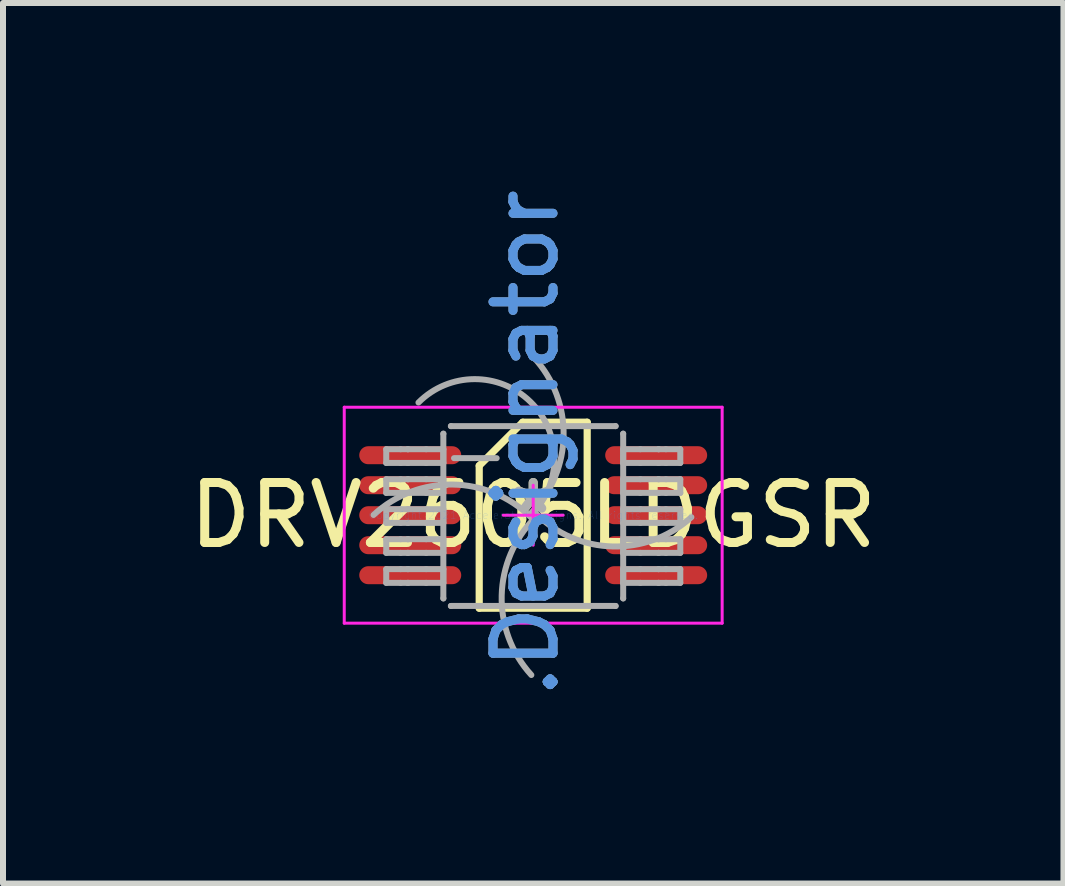
<source format=kicad_pcb>
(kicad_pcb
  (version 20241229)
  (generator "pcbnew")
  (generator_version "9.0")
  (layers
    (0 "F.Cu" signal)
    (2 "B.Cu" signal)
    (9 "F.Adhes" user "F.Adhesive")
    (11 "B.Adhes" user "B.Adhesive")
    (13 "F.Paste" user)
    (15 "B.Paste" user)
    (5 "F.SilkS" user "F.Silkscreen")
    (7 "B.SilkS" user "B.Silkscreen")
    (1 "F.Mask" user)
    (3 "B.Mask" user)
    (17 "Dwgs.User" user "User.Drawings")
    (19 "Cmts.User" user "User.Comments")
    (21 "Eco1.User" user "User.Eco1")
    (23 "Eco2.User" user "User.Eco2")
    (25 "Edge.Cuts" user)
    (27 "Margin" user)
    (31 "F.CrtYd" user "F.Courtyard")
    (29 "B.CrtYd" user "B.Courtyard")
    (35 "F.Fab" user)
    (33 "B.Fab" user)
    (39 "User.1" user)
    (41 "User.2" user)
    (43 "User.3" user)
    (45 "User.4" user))
  (footprint "DRV2605LDGSR"
    (layer "F.Cu")
    (at 5.839 5.539)
    (property "Reference" "DRV2605LDGSR" (at 0 0 0) (layer "F.SilkS") (effects (font (size 1 1) (thickness 0.15))))
    (attr through_hole)
    (fp_line (start -0.9 -0.825) (end -0.175 -1.55) (stroke (width 0.12) (type solid)) (layer "F.SilkS"))
    (fp_line (start -0.9 1.55) (end -0.9 -0.825) (stroke (width 0.12) (type solid)) (layer "F.SilkS"))
    (fp_line (start -0.9 1.55) (end 0.9 1.55) (stroke (width 0.12) (type solid)) (layer "F.SilkS"))
    (fp_line (start -0.175 -1.55) (end 0.9 -1.55) (stroke (width 0.12) (type solid)) (layer "F.SilkS"))
    (fp_line (start 0.9 1.55) (end 0.9 -1.55) (stroke (width 0.12) (type solid)) (layer "F.SilkS"))
    (fp_line (start -3.15 -1.8) (end 3.15 -1.8) (stroke (width 0.05) (type solid)) (layer "F.CrtYd"))
    (fp_line (start -3.15 1.8) (end -3.15 -1.8) (stroke (width 0.05) (type solid)) (layer "F.CrtYd"))
    (fp_line (start -3.15 1.8) (end 3.15 1.8) (stroke (width 0.05) (type solid)) (layer "F.CrtYd"))
    (fp_line (start -0.5 0) (end 0.5 0) (stroke (width 0.05) (type solid)) (layer "F.CrtYd"))
    (fp_line (start 0.000003 0.5) (end 0.000003 -0.5) (stroke (width 0.05) (type solid)) (layer "F.CrtYd"))
    (fp_line (start 3.15 1.8) (end 3.15 -1.8) (stroke (width 0.05) (type solid)) (layer "F.CrtYd"))
    (fp_line (start -2.45 -1.1) (end -2.21 -1.1) (stroke (width 0.1) (type solid)) (layer "F.Fab"))
    (fp_line (start -2.45 -0.871) (end -2.45 -1.1) (stroke (width 0.1) (type solid)) (layer "F.Fab"))
    (fp_line (start -2.45 -0.871) (end -2.21 -0.871) (stroke (width 0.1) (type solid)) (layer "F.Fab"))
    (fp_line (start -2.45 -0.6) (end -2.21 -0.6) (stroke (width 0.1) (type solid)) (layer "F.Fab"))
    (fp_line (start -2.45 -0.372) (end -2.45 -0.6) (stroke (width 0.1) (type solid)) (layer "F.Fab"))
    (fp_line (start -2.45 -0.372) (end -2.21 -0.372) (stroke (width 0.1) (type solid)) (layer "F.Fab"))
    (fp_line (start -2.45 -0.1) (end -2.21 -0.1) (stroke (width 0.1) (type solid)) (layer "F.Fab"))
    (fp_line (start -2.45 0.128) (end -2.45 -0.1) (stroke (width 0.1) (type solid)) (layer "F.Fab"))
    (fp_line (start -2.45 0.128) (end -2.21 0.128) (stroke (width 0.1) (type solid)) (layer "F.Fab"))
    (fp_line (start -2.45 0.4) (end -2.21 0.4) (stroke (width 0.1) (type solid)) (layer "F.Fab"))
    (fp_line (start -2.45 0.628) (end -2.45 0.4) (stroke (width 0.1) (type solid)) (layer "F.Fab"))
    (fp_line (start -2.45 0.628) (end -2.21 0.628) (stroke (width 0.1) (type solid)) (layer "F.Fab"))
    (fp_line (start -2.45 0.899) (end -2.21 0.899) (stroke (width 0.1) (type solid)) (layer "F.Fab"))
    (fp_line (start -2.45 1.128) (end -2.45 0.899) (stroke (width 0.1) (type solid)) (layer "F.Fab"))
    (fp_line (start -2.45 1.128) (end -2.21 1.128) (stroke (width 0.1) (type solid)) (layer "F.Fab"))
    (fp_line (start -2.21 -1.1) (end -2.09 -1.1) (stroke (width 0.1) (type solid)) (layer "F.Fab"))
    (fp_line (start -2.21 -0.871) (end -2.09 -0.871) (stroke (width 0.1) (type solid)) (layer "F.Fab"))
    (fp_line (start -2.21 -0.6) (end -2.09 -0.6) (stroke (width 0.1) (type solid)) (layer "F.Fab"))
    (fp_line (start -2.21 -0.372) (end -2.09 -0.372) (stroke (width 0.1) (type solid)) (layer "F.Fab"))
    (fp_line (start -2.21 -0.1) (end -2.09 -0.1) (stroke (width 0.1) (type solid)) (layer "F.Fab"))
    (fp_line (start -2.21 0.128) (end -2.09 0.128) (stroke (width 0.1) (type solid)) (layer "F.Fab"))
    (fp_line (start -2.21 0.4) (end -2.09 0.4) (stroke (width 0.1) (type solid)) (layer "F.Fab"))
    (fp_line (start -2.21 0.628) (end -2.09 0.628) (stroke (width 0.1) (type solid)) (layer "F.Fab"))
    (fp_line (start -2.21 0.899) (end -2.09 0.899) (stroke (width 0.1) (type solid)) (layer "F.Fab"))
    (fp_line (start -2.21 1.128) (end -2.09 1.128) (stroke (width 0.1) (type solid)) (layer "F.Fab"))
    (fp_line (start -2.09 -1.1) (end -2.087 -1.1) (stroke (width 0.1) (type solid)) (layer "F.Fab"))
    (fp_line (start -2.09 -0.871) (end -2.087 -0.871) (stroke (width 0.1) (type solid)) (layer "F.Fab"))
    (fp_line (start -2.09 -0.6) (end -2.087 -0.6) (stroke (width 0.1) (type solid)) (layer "F.Fab"))
    (fp_line (start -2.09 -0.372) (end -2.087 -0.372) (stroke (width 0.1) (type solid)) (layer "F.Fab"))
    (fp_line (start -2.09 -0.1) (end -2.087 -0.1) (stroke (width 0.1) (type solid)) (layer "F.Fab"))
    (fp_line (start -2.09 0.128) (end -2.087 0.128) (stroke (width 0.1) (type solid)) (layer "F.Fab"))
    (fp_line (start -2.09 0.4) (end -2.087 0.4) (stroke (width 0.1) (type solid)) (layer "F.Fab"))
    (fp_line (start -2.09 0.628) (end -2.087 0.628) (stroke (width 0.1) (type solid)) (layer "F.Fab"))
    (fp_line (start -2.09 0.899) (end -2.087 0.899) (stroke (width 0.1) (type solid)) (layer "F.Fab"))
    (fp_line (start -2.09 1.128) (end -2.087 1.128) (stroke (width 0.1) (type solid)) (layer "F.Fab"))
    (fp_line (start -2.087 -1.1) (end -1.784 -1.1) (stroke (width 0.1) (type solid)) (layer "F.Fab"))
    (fp_line (start -2.087 -0.871) (end -1.784 -0.871) (stroke (width 0.1) (type solid)) (layer "F.Fab"))
    (fp_line (start -2.087 -0.6) (end -1.784 -0.6) (stroke (width 0.1) (type solid)) (layer "F.Fab"))
    (fp_line (start -2.087 -0.372) (end -1.784 -0.372) (stroke (width 0.1) (type solid)) (layer "F.Fab"))
    (fp_line (start -2.087 -0.1) (end -1.784 -0.1) (stroke (width 0.1) (type solid)) (layer "F.Fab"))
    (fp_line (start -2.087 0.128) (end -1.784 0.128) (stroke (width 0.1) (type solid)) (layer "F.Fab"))
    (fp_line (start -2.087 0.4) (end -1.784 0.4) (stroke (width 0.1) (type solid)) (layer "F.Fab"))
    (fp_line (start -2.087 0.628) (end -1.784 0.628) (stroke (width 0.1) (type solid)) (layer "F.Fab"))
    (fp_line (start -2.087 0.899) (end -1.784 0.899) (stroke (width 0.1) (type solid)) (layer "F.Fab"))
    (fp_line (start -2.087 1.128) (end -1.784 1.128) (stroke (width 0.1) (type solid)) (layer "F.Fab"))
    (fp_line (start -1.784 -1.1) (end -1.498 -1.1) (stroke (width 0.1) (type solid)) (layer "F.Fab"))
    (fp_line (start -1.784 -0.871) (end -1.498 -0.871) (stroke (width 0.1) (type solid)) (layer "F.Fab"))
    (fp_line (start -1.784 -0.6) (end -1.498 -0.6) (stroke (width 0.1) (type solid)) (layer "F.Fab"))
    (fp_line (start -1.784 -0.372) (end -1.498 -0.372) (stroke (width 0.1) (type solid)) (layer "F.Fab"))
    (fp_line (start -1.784 -0.1) (end -1.498 -0.1) (stroke (width 0.1) (type solid)) (layer "F.Fab"))
    (fp_line (start -1.784 0.128) (end -1.498 0.128) (stroke (width 0.1) (type solid)) (layer "F.Fab"))
    (fp_line (start -1.784 0.4) (end -1.498 0.4) (stroke (width 0.1) (type solid)) (layer "F.Fab"))
    (fp_line (start -1.784 0.628) (end -1.498 0.628) (stroke (width 0.1) (type solid)) (layer "F.Fab"))
    (fp_line (start -1.784 0.899) (end -1.498 0.899) (stroke (width 0.1) (type solid)) (layer "F.Fab"))
    (fp_line (start -1.784 1.128) (end -1.498 1.128) (stroke (width 0.1) (type solid)) (layer "F.Fab"))
    (fp_line (start -1.498 -1.358) (end -1.497 -1.36) (stroke (width 0.1) (type solid)) (layer "F.Fab"))
    (fp_line (start -1.498 -0.871) (end -1.498 -1.1) (stroke (width 0.1) (type solid)) (layer "F.Fab"))
    (fp_line (start -1.498 -0.372) (end -1.498 -0.6) (stroke (width 0.1) (type solid)) (layer "F.Fab"))
    (fp_line (start -1.498 0.128) (end -1.498 -0.1) (stroke (width 0.1) (type solid)) (layer "F.Fab"))
    (fp_line (start -1.498 0.628) (end -1.498 0.4) (stroke (width 0.1) (type solid)) (layer "F.Fab"))
    (fp_line (start -1.498 1.128) (end -1.498 0.899) (stroke (width 0.1) (type solid)) (layer "F.Fab"))
    (fp_line (start -1.498 1.386) (end -1.498 -1.358) (stroke (width 0.1) (type solid)) (layer "F.Fab"))
    (fp_line (start -1.498 1.386) (end -1.497 1.388) (stroke (width 0.1) (type solid)) (layer "F.Fab"))
    (fp_line (start -1.373 -1.485) (end -1.371 -1.485) (stroke (width 0.1) (type solid)) (layer "F.Fab"))
    (fp_line (start -1.373 1.513) (end -1.371 1.513) (stroke (width 0.1) (type solid)) (layer "F.Fab"))
    (fp_line (start -1.371 -1.485) (end 1.373 -1.485) (stroke (width 0.1) (type solid)) (layer "F.Fab"))
    (fp_line (start -1.371 1.513) (end 1.373 1.513) (stroke (width 0.1) (type solid)) (layer "F.Fab"))
    (fp_line (start -1.32 -0.951) (end -0.609 -0.951) (stroke (width 0.1) (type solid)) (layer "F.Fab"))
    (fp_line (start 1.373 -1.485) (end 1.375 -1.485) (stroke (width 0.1) (type solid)) (layer "F.Fab"))
    (fp_line (start 1.373 1.513) (end 1.375 1.513) (stroke (width 0.1) (type solid)) (layer "F.Fab"))
    (fp_line (start 1.5 -1.36) (end 1.5 -1.358) (stroke (width 0.1) (type solid)) (layer "F.Fab"))
    (fp_line (start 1.5 1.388) (end 1.5 1.386) (stroke (width 0.1) (type solid)) (layer "F.Fab"))
    (fp_line (start 1.5 -1.1) (end 1.786 -1.1) (stroke (width 0.1) (type solid)) (layer "F.Fab"))
    (fp_line (start 1.5 -0.871) (end 1.5 -1.1) (stroke (width 0.1) (type solid)) (layer "F.Fab"))
    (fp_line (start 1.5 -0.871) (end 1.786 -0.871) (stroke (width 0.1) (type solid)) (layer "F.Fab"))
    (fp_line (start 1.5 -0.6) (end 1.786 -0.6) (stroke (width 0.1) (type solid)) (layer "F.Fab"))
    (fp_line (start 1.5 -0.372) (end 1.5 -0.6) (stroke (width 0.1) (type solid)) (layer "F.Fab"))
    (fp_line (start 1.5 -0.372) (end 1.786 -0.372) (stroke (width 0.1) (type solid)) (layer "F.Fab"))
    (fp_line (start 1.5 -0.1) (end 1.786 -0.1) (stroke (width 0.1) (type solid)) (layer "F.Fab"))
    (fp_line (start 1.5 0.128) (end 1.5 -0.1) (stroke (width 0.1) (type solid)) (layer "F.Fab"))
    (fp_line (start 1.5 0.128) (end 1.786 0.128) (stroke (width 0.1) (type solid)) (layer "F.Fab"))
    (fp_line (start 1.5 0.4) (end 1.786 0.4) (stroke (width 0.1) (type solid)) (layer "F.Fab"))
    (fp_line (start 1.5 0.628) (end 1.5 0.4) (stroke (width 0.1) (type solid)) (layer "F.Fab"))
    (fp_line (start 1.5 0.628) (end 1.786 0.628) (stroke (width 0.1) (type solid)) (layer "F.Fab"))
    (fp_line (start 1.5 0.899) (end 1.786 0.899) (stroke (width 0.1) (type solid)) (layer "F.Fab"))
    (fp_line (start 1.5 1.128) (end 1.5 0.899) (stroke (width 0.1) (type solid)) (layer "F.Fab"))
    (fp_line (start 1.5 1.128) (end 1.786 1.128) (stroke (width 0.1) (type solid)) (layer "F.Fab"))
    (fp_line (start 1.5 1.386) (end 1.5 -1.358) (stroke (width 0.1) (type solid)) (layer "F.Fab"))
    (fp_line (start 1.786 -1.1) (end 2.089 -1.1) (stroke (width 0.1) (type solid)) (layer "F.Fab"))
    (fp_line (start 1.786 -0.871) (end 2.089 -0.871) (stroke (width 0.1) (type solid)) (layer "F.Fab"))
    (fp_line (start 1.786 -0.6) (end 2.089 -0.6) (stroke (width 0.1) (type solid)) (layer "F.Fab"))
    (fp_line (start 1.786 -0.372) (end 2.089 -0.372) (stroke (width 0.1) (type solid)) (layer "F.Fab"))
    (fp_line (start 1.786 -0.1) (end 2.089 -0.1) (stroke (width 0.1) (type solid)) (layer "F.Fab"))
    (fp_line (start 1.786 0.128) (end 2.089 0.128) (stroke (width 0.1) (type solid)) (layer "F.Fab"))
    (fp_line (start 1.786 0.4) (end 2.089 0.4) (stroke (width 0.1) (type solid)) (layer "F.Fab"))
    (fp_line (start 1.786 0.628) (end 2.089 0.628) (stroke (width 0.1) (type solid)) (layer "F.Fab"))
    (fp_line (start 1.786 0.899) (end 2.089 0.899) (stroke (width 0.1) (type solid)) (layer "F.Fab"))
    (fp_line (start 1.786 1.128) (end 2.089 1.128) (stroke (width 0.1) (type solid)) (layer "F.Fab"))
    (fp_line (start 2.089 -1.1) (end 2.093 -1.1) (stroke (width 0.1) (type solid)) (layer "F.Fab"))
    (fp_line (start 2.089 -0.871) (end 2.093 -0.871) (stroke (width 0.1) (type solid)) (layer "F.Fab"))
    (fp_line (start 2.089 -0.6) (end 2.093 -0.6) (stroke (width 0.1) (type solid)) (layer "F.Fab"))
    (fp_line (start 2.089 -0.372) (end 2.093 -0.372) (stroke (width 0.1) (type solid)) (layer "F.Fab"))
    (fp_line (start 2.089 -0.1) (end 2.093 -0.1) (stroke (width 0.1) (type solid)) (layer "F.Fab"))
    (fp_line (start 2.089 0.128) (end 2.093 0.128) (stroke (width 0.1) (type solid)) (layer "F.Fab"))
    (fp_line (start 2.089 0.4) (end 2.093 0.4) (stroke (width 0.1) (type solid)) (layer "F.Fab"))
    (fp_line (start 2.089 0.628) (end 2.093 0.628) (stroke (width 0.1) (type solid)) (layer "F.Fab"))
    (fp_line (start 2.089 0.899) (end 2.093 0.899) (stroke (width 0.1) (type solid)) (layer "F.Fab"))
    (fp_line (start 2.089 1.128) (end 2.093 1.128) (stroke (width 0.1) (type solid)) (layer "F.Fab"))
    (fp_line (start 2.093 -1.1) (end 2.213 -1.1) (stroke (width 0.1) (type solid)) (layer "F.Fab"))
    (fp_line (start 2.093 -0.871) (end 2.213 -0.871) (stroke (width 0.1) (type solid)) (layer "F.Fab"))
    (fp_line (start 2.093 -0.6) (end 2.213 -0.6) (stroke (width 0.1) (type solid)) (layer "F.Fab"))
    (fp_line (start 2.093 -0.372) (end 2.213 -0.372) (stroke (width 0.1) (type solid)) (layer "F.Fab"))
    (fp_line (start 2.093 -0.1) (end 2.213 -0.1) (stroke (width 0.1) (type solid)) (layer "F.Fab"))
    (fp_line (start 2.093 0.128) (end 2.213 0.128) (stroke (width 0.1) (type solid)) (layer "F.Fab"))
    (fp_line (start 2.093 0.4) (end 2.213 0.4) (stroke (width 0.1) (type solid)) (layer "F.Fab"))
    (fp_line (start 2.093 0.628) (end 2.213 0.628) (stroke (width 0.1) (type solid)) (layer "F.Fab"))
    (fp_line (start 2.093 0.899) (end 2.213 0.899) (stroke (width 0.1) (type solid)) (layer "F.Fab"))
    (fp_line (start 2.093 1.128) (end 2.213 1.128) (stroke (width 0.1) (type solid)) (layer "F.Fab"))
    (fp_line (start 2.213 -1.1) (end 2.452 -1.1) (stroke (width 0.1) (type solid)) (layer "F.Fab"))
    (fp_line (start 2.213 -0.871) (end 2.452 -0.871) (stroke (width 0.1) (type solid)) (layer "F.Fab"))
    (fp_line (start 2.213 -0.6) (end 2.452 -0.6) (stroke (width 0.1) (type solid)) (layer "F.Fab"))
    (fp_line (start 2.213 -0.372) (end 2.452 -0.372) (stroke (width 0.1) (type solid)) (layer "F.Fab"))
    (fp_line (start 2.213 -0.1) (end 2.452 -0.1) (stroke (width 0.1) (type solid)) (layer "F.Fab"))
    (fp_line (start 2.213 0.128) (end 2.452 0.128) (stroke (width 0.1) (type solid)) (layer "F.Fab"))
    (fp_line (start 2.213 0.4) (end 2.452 0.4) (stroke (width 0.1) (type solid)) (layer "F.Fab"))
    (fp_line (start 2.213 0.628) (end 2.452 0.628) (stroke (width 0.1) (type solid)) (layer "F.Fab"))
    (fp_line (start 2.213 0.899) (end 2.452 0.899) (stroke (width 0.1) (type solid)) (layer "F.Fab"))
    (fp_line (start 2.213 1.128) (end 2.452 1.128) (stroke (width 0.1) (type solid)) (layer "F.Fab"))
    (fp_line (start 2.452 -0.871) (end 2.452 -1.1) (stroke (width 0.1) (type solid)) (layer "F.Fab"))
    (fp_line (start 2.452 -0.372) (end 2.452 -0.6) (stroke (width 0.1) (type solid)) (layer "F.Fab"))
    (fp_line (start 2.452 0.128) (end 2.452 -0.1) (stroke (width 0.1) (type solid)) (layer "F.Fab"))
    (fp_line (start 2.452 0.628) (end 2.452 0.4) (stroke (width 0.1) (type solid)) (layer "F.Fab"))
    (fp_line (start 2.452 1.128) (end 2.452 0.899) (stroke (width 0.1) (type solid)) (layer "F.Fab"))
    (fp_arc (start -2.662016 -0.003922) (mid -1.342157 -0.511231) (end -0.038035 0.035265) (stroke (width 0.1) (type solid)) (layer "F.Fab"))
    (fp_arc (start -1.912744 -1.878153) (mid -0.037103 -1.8998) (end -0.015456 -0.024159) (stroke (width 0.1) (type solid)) (layer "F.Fab"))
    (fp_arc (start -0.03109 2.663918) (mid -0.525284 1.337911) (end 0.034936 0.03842) (stroke (width 0.1) (type solid)) (layer "F.Fab"))
    (fp_arc (start 0.005872 -2.634871) (mid 0.507013 -1.328106) (end -0.03488 -0.037707) (stroke (width 0.1) (type solid)) (layer "F.Fab"))
    (fp_arc (start 2.636774 0.032991) (mid 1.32387 0.521042) (end 0.038092 -0.034552) (stroke (width 0.1) (type solid)) (layer "F.Fab"))
    (fp_text user "*" (at 0 0 0) (layer "F.SilkS") (effects (font (size 1 1) (thickness 0.15))))
    (fp_text user "Copyright 2021 Accelerated Designs. All rights reserved." (at 0 0 0) (layer "Cmts.User") (effects (font (size 0.127 0.127) (thickness 0.002))))
    (fp_text user ".Designator" (at -0.125 -1.2 270) (layer "Cmts.User") (effects (font (size 1 1) (thickness 0.15))))
    (fp_text user "*" (at 0 0 0) (layer "F.Fab") (effects (font (size 1 1) (thickness 0.15))))
    (fp_text user ".Designator" (at -0.125 -1.2 270) (layer "F.Fab") (effects (font (size 1 1) (thickness 0.15))))
    (pad "1" smd oval (at -2.05 -1 90) (size 0.3 1.7) (layers "F.Cu" "F.Mask" "F.Paste"))
    (pad "2" smd oval (at -2.05 -0.5 90) (size 0.3 1.7) (layers "F.Cu" "F.Mask" "F.Paste"))
    (pad "3" smd oval (at -2.05 0 90) (size 0.3 1.7) (layers "F.Cu" "F.Mask" "F.Paste"))
    (pad "4" smd oval (at -2.05 0.5 90) (size 0.3 1.7) (layers "F.Cu" "F.Mask" "F.Paste"))
    (pad "5" smd oval (at -2.05 1 90) (size 0.3 1.7) (layers "F.Cu" "F.Mask" "F.Paste"))
    (pad "6" smd oval (at 2.05 1 90) (size 0.3 1.7) (layers "F.Cu" "F.Mask" "F.Paste"))
    (pad "7" smd oval (at 2.05 0.5 90) (size 0.3 1.7) (layers "F.Cu" "F.Mask" "F.Paste"))
    (pad "8" smd oval (at 2.05 0 90) (size 0.3 1.7) (layers "F.Cu" "F.Mask" "F.Paste"))
    (pad "9" smd oval (at 2.05 -0.5 90) (size 0.3 1.7) (layers "F.Cu" "F.Mask" "F.Paste"))
    (pad "10" smd oval (at 2.05 -1 90) (size 0.3 1.7) (layers "F.Cu" "F.Mask" "F.Paste")))
  (gr_rect
    (start -3 -3)
    (end 14.679 11.679)
    (stroke (width 0.1) (type default))
    (fill no)
    (layer "Edge.Cuts")))
</source>
